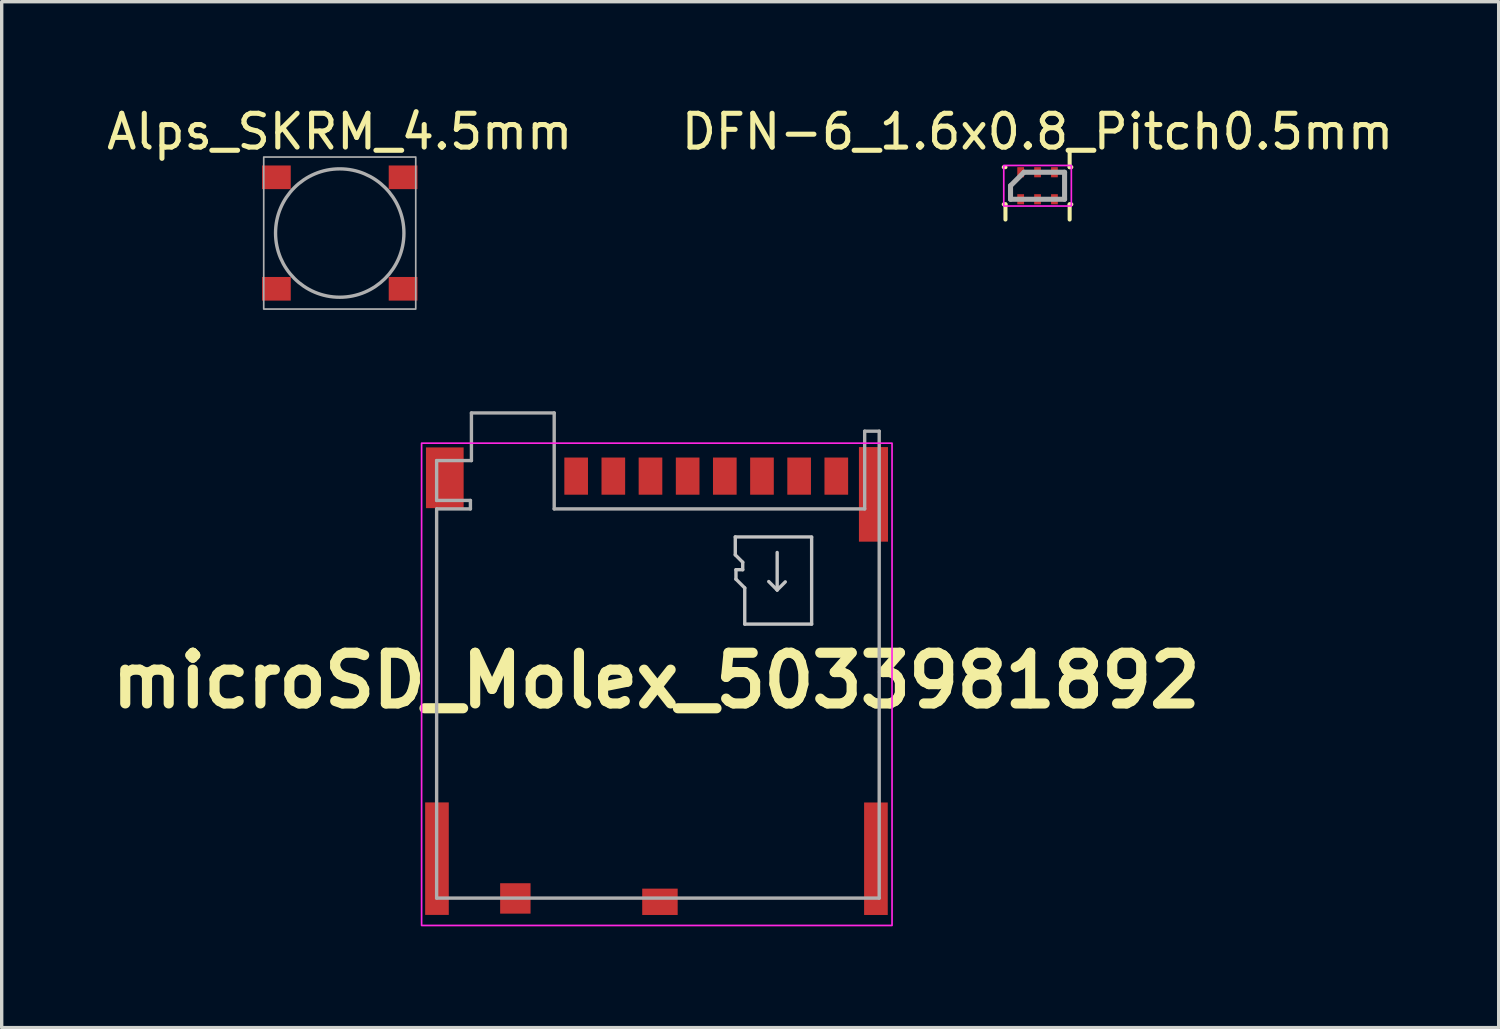
<source format=kicad_pcb>
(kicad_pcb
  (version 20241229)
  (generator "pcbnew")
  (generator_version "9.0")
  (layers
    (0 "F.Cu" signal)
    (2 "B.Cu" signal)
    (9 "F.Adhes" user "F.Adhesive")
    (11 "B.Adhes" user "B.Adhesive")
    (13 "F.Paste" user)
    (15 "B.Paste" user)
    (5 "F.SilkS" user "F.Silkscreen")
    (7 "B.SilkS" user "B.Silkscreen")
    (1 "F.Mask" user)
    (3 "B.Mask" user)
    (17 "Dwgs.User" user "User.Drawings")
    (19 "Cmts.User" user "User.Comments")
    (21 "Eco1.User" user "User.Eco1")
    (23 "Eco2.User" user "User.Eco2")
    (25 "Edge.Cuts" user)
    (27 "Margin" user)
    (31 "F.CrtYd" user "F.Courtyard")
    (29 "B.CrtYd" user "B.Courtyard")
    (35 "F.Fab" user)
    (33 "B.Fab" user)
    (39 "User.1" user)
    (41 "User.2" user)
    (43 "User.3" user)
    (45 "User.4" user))
  (footprint "DFN-6_1.6x0.8_Pitch0.5mm"
    (layer "F.Cu")
    (at 27.661 2.448)
    (property "Reference" "DFN-6_1.6x0.8_Pitch0.5mm" (at 0 -1.6 0) (layer "F.SilkS") (effects (font (size 1 1) (thickness 0.15))))
    (attr smd)
    (fp_line (start -1 -0.55) (end -0.95 -0.55) (stroke (width 0.12) (type default)) (layer "F.SilkS"))
    (fp_line (start -1 0.55) (end -0.95 0.55) (stroke (width 0.12) (type default)) (layer "F.SilkS"))
    (fp_line (start -0.95 0.55) (end -0.95 1) (stroke (width 0.12) (type default)) (layer "F.SilkS"))
    (fp_line (start 0.95 -0.55) (end 0.95 -1) (stroke (width 0.12) (type default)) (layer "F.SilkS"))
    (fp_line (start 0.95 0.55) (end 0.95 1) (stroke (width 0.12) (type default)) (layer "F.SilkS"))
    (fp_line (start 1 -0.55) (end 0.95 -0.55) (stroke (width 0.12) (type default)) (layer "F.SilkS"))
    (fp_line (start 1 0.55) (end 0.95 0.55) (stroke (width 0.12) (type default)) (layer "F.SilkS"))
    (fp_rect (start -1 -0.6) (end 1 0.6) (stroke (width 0.05) (type default)) (fill no) (layer "F.CrtYd"))
    (fp_line (start -0.8 0) (end -0.8 0.4) (stroke (width 0.15) (type default)) (layer "F.Fab"))
    (fp_line (start -0.8 0.4) (end 0.8 0.4) (stroke (width 0.15) (type default)) (layer "F.Fab"))
    (fp_line (start -0.4 -0.4) (end -0.8 0) (stroke (width 0.15) (type default)) (layer "F.Fab"))
    (fp_line (start 0.8 -0.4) (end -0.4 -0.4) (stroke (width 0.15) (type default)) (layer "F.Fab"))
    (fp_line (start 0.8 0.4) (end 0.8 -0.4) (stroke (width 0.15) (type default)) (layer "F.Fab"))
    (pad "1" smd rect (at -0.5 -0.4) (size 0.2 0.3) (layers "F.Cu" "F.Mask" "F.Paste"))
    (pad "2" smd rect (at 0 -0.4) (size 0.2 0.3) (layers "F.Cu" "F.Mask" "F.Paste"))
    (pad "3" smd rect (at 0.5 -0.4) (size 0.2 0.3) (layers "F.Cu" "F.Mask" "F.Paste"))
    (pad "4" smd rect (at 0.5 0.4) (size 0.2 0.3) (layers "F.Cu" "F.Mask" "F.Paste"))
    (pad "5" smd rect (at 0 0.4) (size 0.2 0.3) (layers "F.Cu" "F.Mask" "F.Paste"))
    (pad "6" smd rect (at -0.5 0.4) (size 0.2 0.3) (layers "F.Cu" "F.Mask" "F.Paste")))
  (footprint "microSD_Molex_5033981892"
    (layer "F.Cu")
    (at 16.204 16.543)
    (property "Reference" "microSD_Molex_5033981892" (at 0.168 0.55 0) (layer "F.SilkS") (effects (font (size 1.5 1.5) (thickness 0.3))))
    (attr board_only exclude_from_pos_files exclude_from_bom)
    (fp_line (start 2.51 -3.7) (end 4.77 -3.7) (stroke (width 0.1) (type default)) (layer "Dwgs.User"))
    (fp_line (start 2.51 -3.17) (end 2.51 -3.7) (stroke (width 0.1) (type default)) (layer "Dwgs.User"))
    (fp_line (start 2.53 -2.73) (end 2.73 -2.73) (stroke (width 0.1) (type default)) (layer "Dwgs.User"))
    (fp_line (start 2.53 -2.45) (end 2.53 -2.73) (stroke (width 0.1) (type default)) (layer "Dwgs.User"))
    (fp_line (start 2.73 -2.95) (end 2.51 -3.17) (stroke (width 0.1) (type default)) (layer "Dwgs.User"))
    (fp_line (start 2.73 -2.73) (end 2.73 -2.95) (stroke (width 0.1) (type default)) (layer "Dwgs.User"))
    (fp_line (start 2.79 -2.19) (end 2.53 -2.45) (stroke (width 0.1) (type default)) (layer "Dwgs.User"))
    (fp_line (start 2.79 -1.12) (end 2.79 -2.19) (stroke (width 0.1) (type default)) (layer "Dwgs.User"))
    (fp_line (start 3.75 -3.24) (end 3.75 -2.13) (stroke (width 0.1) (type default)) (layer "Dwgs.User"))
    (fp_line (start 3.75 -2.13) (end 3.5 -2.38) (stroke (width 0.1) (type default)) (layer "Dwgs.User"))
    (fp_line (start 3.75 -2.13) (end 3.99 -2.37) (stroke (width 0.1) (type default)) (layer "Dwgs.User"))
    (fp_line (start 4.77 -3.69) (end 4.77 -1.12) (stroke (width 0.1) (type default)) (layer "Dwgs.User"))
    (fp_line (start 4.77 -1.12) (end 2.79 -1.12) (stroke (width 0.1) (type default)) (layer "Dwgs.User"))
    (fp_poly (pts (xy -5.981 5.823) (xy -5.981 7.477) (xy -6.316 7.477) (xy -6.652 7.477) (xy -6.652 5.823) (xy -6.652 4.169) (xy -6.316 4.169) (xy -5.981 4.169)) (stroke (width 0.1) (type solid)) (fill no) (layer "Eco1.User"))
    (fp_poly (pts (xy -5.534 -5.456) (xy -5.534 -4.557) (xy -6.093 -4.557) (xy -6.652 -4.557) (xy -6.652 -5.456) (xy -6.652 -6.355) (xy -6.093 -6.355) (xy -5.534 -6.355)) (stroke (width 0.1) (type solid)) (fill no) (layer "Eco1.User"))
    (fp_poly (pts (xy -3.566 7.022) (xy -3.566 7.477) (xy -4.002 7.477) (xy -4.438 7.477) (xy -4.438 7.022) (xy -4.438 6.567) (xy -4.002 6.567) (xy -3.566 6.567)) (stroke (width 0.1) (type solid)) (fill no) (layer "Eco1.User"))
    (fp_poly (pts (xy -1.867 -5.467) (xy -1.867 -4.934) (xy -2.202 -4.934) (xy -2.538 -4.934) (xy -2.538 -5.467) (xy -2.538 -6) (xy -2.202 -6) (xy -1.867 -6)) (stroke (width 0.1) (type solid)) (fill no) (layer "Eco1.User"))
    (fp_poly (pts (xy -0.771 -5.456) (xy -0.771 -4.912) (xy -1.118 -4.912) (xy -1.465 -4.912) (xy -1.465 -5.456) (xy -1.465 -6) (xy -1.118 -6) (xy -0.771 -6)) (stroke (width 0.1) (type solid)) (fill no) (layer "Eco1.User"))
    (fp_poly (pts (xy 0.347 -5.467) (xy 0.347 -4.934) (xy 0 -4.934) (xy -0.347 -4.934) (xy -0.347 -5.467) (xy -0.347 -6) (xy 0 -6) (xy 0.347 -6)) (stroke (width 0.1) (type solid)) (fill no) (layer "Eco1.User"))
    (fp_poly (pts (xy 0.794 7.1) (xy 0.794 7.477) (xy 0.279 7.477) (xy -0.235 7.477) (xy -0.235 7.1) (xy -0.235 6.722) (xy 0.279 6.722) (xy 0.794 6.722)) (stroke (width 0.1) (type solid)) (fill no) (layer "Eco1.User"))
    (fp_poly (pts (xy 1.442 -5.467) (xy 1.442 -4.934) (xy 1.107 -4.934) (xy 0.771 -4.934) (xy 0.771 -5.467) (xy 0.771 -6) (xy 1.107 -6) (xy 1.442 -6)) (stroke (width 0.1) (type solid)) (fill no) (layer "Eco1.User"))
    (fp_poly (pts (xy 2.538 -5.456) (xy 2.538 -4.912) (xy 2.191 -4.912) (xy 1.845 -4.912) (xy 1.845 -5.456) (xy 1.845 -6) (xy 2.191 -6) (xy 2.538 -6)) (stroke (width 0.1) (type solid)) (fill no) (layer "Eco1.User"))
    (fp_poly (pts (xy 3.633 -5.467) (xy 3.633 -4.934) (xy 3.298 -4.934) (xy 2.963 -4.934) (xy 2.963 -5.467) (xy 2.963 -6) (xy 3.298 -6) (xy 3.633 -6)) (stroke (width 0.1) (type solid)) (fill no) (layer "Eco1.User"))
    (fp_poly (pts (xy 4.751 -5.467) (xy 4.751 -4.934) (xy 4.416 -4.934) (xy 4.081 -4.934) (xy 4.081 -5.467) (xy 4.081 -6) (xy 4.416 -6) (xy 4.751 -6)) (stroke (width 0.1) (type solid)) (fill no) (layer "Eco1.User"))
    (fp_poly (pts (xy 5.847 -5.456) (xy 5.847 -4.912) (xy 5.5 -4.912) (xy 5.154 -4.912) (xy 5.154 -5.456) (xy 5.154 -6) (xy 5.5 -6) (xy 5.847 -6)) (stroke (width 0.1) (type solid)) (fill no) (layer "Eco1.User"))
    (fp_poly (pts (xy 7.01 -4.967) (xy 7.01 -3.58) (xy 6.596 -3.58) (xy 6.182 -3.58) (xy 6.182 -4.967) (xy 6.182 -6.355) (xy 6.596 -6.355) (xy 7.01 -6.355)) (stroke (width 0.1) (type solid)) (fill no) (layer "Eco1.User"))
    (fp_poly (pts (xy 7.01 5.823) (xy 7.01 7.477) (xy 6.674 7.477) (xy 6.339 7.477) (xy 6.339 5.823) (xy 6.339 4.169) (xy 6.674 4.169) (xy 7.01 4.169)) (stroke (width 0.1) (type solid)) (fill no) (layer "Eco1.User"))
    (fp_rect (start -6.775 -6.475) (end 7.15 7.8) (stroke (width 0.05) (type default)) (fill no) (layer "F.CrtYd"))
    (fp_line (start -6.33 -5.96) (end -5.3 -5.96) (stroke (width 0.1) (type default)) (layer "F.Fab"))
    (fp_line (start -6.33 -4.78) (end -6.33 -5.96) (stroke (width 0.1) (type default)) (layer "F.Fab"))
    (fp_line (start -6.33 -4.53) (end -5.33 -4.53) (stroke (width 0.1) (type default)) (layer "F.Fab"))
    (fp_line (start -6.33 6.99) (end -6.33 -4.53) (stroke (width 0.1) (type default)) (layer "F.Fab"))
    (fp_line (start -5.33 -4.78) (end -6.33 -4.78) (stroke (width 0.1) (type default)) (layer "F.Fab"))
    (fp_line (start -5.33 -4.53) (end -5.33 -4.78) (stroke (width 0.1) (type default)) (layer "F.Fab"))
    (fp_line (start -5.3 -7.37) (end -2.85 -7.37) (stroke (width 0.1) (type default)) (layer "F.Fab"))
    (fp_line (start -5.3 -5.96) (end -5.3 -7.37) (stroke (width 0.1) (type default)) (layer "F.Fab"))
    (fp_line (start -2.85 -7.37) (end -2.85 -4.53) (stroke (width 0.1) (type default)) (layer "F.Fab"))
    (fp_line (start -2.85 -4.53) (end 6.34 -4.53) (stroke (width 0.1) (type default)) (layer "F.Fab"))
    (fp_line (start 6.34 -6.83) (end 6.77 -6.83) (stroke (width 0.1) (type default)) (layer "F.Fab"))
    (fp_line (start 6.34 -4.53) (end 6.34 -6.83) (stroke (width 0.1) (type default)) (layer "F.Fab"))
    (fp_line (start 6.77 -6.83) (end 6.77 6.99) (stroke (width 0.1) (type default)) (layer "F.Fab"))
    (fp_line (start 6.77 6.99) (end -6.33 6.99) (stroke (width 0.1) (type default)) (layer "F.Fab"))
    (pad "1" smd rect (at 5.5 -5.5) (size 0.7 1.1) (layers "F.Cu" "F.Mask" "F.Paste"))
    (pad "2" smd rect (at 4.4 -5.5) (size 0.7 1.1) (layers "F.Cu" "F.Mask" "F.Paste"))
    (pad "3" smd rect (at 3.3 -5.5) (size 0.7 1.1) (layers "F.Cu" "F.Mask" "F.Paste"))
    (pad "4" smd rect (at 2.2 -5.5) (size 0.7 1.1) (layers "F.Cu" "F.Mask" "F.Paste"))
    (pad "5" smd rect (at 1.1 -5.5) (size 0.7 1.1) (layers "F.Cu" "F.Mask" "F.Paste"))
    (pad "6" smd rect (at 0 -5.5) (size 0.7 1.1) (layers "F.Cu" "F.Mask" "F.Paste"))
    (pad "7" smd rect (at -1.1 -5.5) (size 0.7 1.1) (layers "F.Cu" "F.Mask" "F.Paste"))
    (pad "8" smd rect (at -2.2 -5.5) (size 0.7 1.1) (layers "F.Cu" "F.Mask" "F.Paste"))
    (pad "9" smd rect (at -4 7 90) (size 0.9 0.9) (layers "F.Cu" "F.Mask" "F.Paste"))
    (pad "10" smd rect (at 0.28 7.1 90) (size 0.78 1.05) (layers "F.Cu" "F.Mask" "F.Paste"))
    (pad "P1" smd rect (at 6.6 -4.96) (size 0.86 2.8) (layers "F.Cu" "F.Mask" "F.Paste"))
    (pad "P2" smd rect (at 6.673 5.825) (size 0.7 3.33) (layers "F.Cu" "F.Mask" "F.Paste"))
    (pad "P3" smd rect (at -6.32 5.823) (size 0.7 3.33) (layers "F.Cu" "F.Mask" "F.Paste"))
    (pad "P4" smd rect (at -6.088 -5.451) (size 1.115 1.798) (layers "F.Cu" "F.Mask" "F.Paste")))
  (footprint "Alps_SKRM_4.5mm"
    (layer "F.Cu")
    (at 7.006 3.848)
    (property "Reference" "Alps_SKRM_4.5mm" (at 0 -3 0) (unlocked yes) (layer "F.SilkS") (effects (font (size 1 1) (thickness 0.15))))
    (attr smd)
    (fp_rect (start -2.25 -2.25) (end 2.25 2.25) (stroke (width 0.05) (type default)) (fill no) (layer "F.Fab"))
    (fp_circle (center 0 0) (end 1.9 0) (stroke (width 0.1) (type solid)) (fill no) (layer "F.Fab"))
    (pad "1" smd rect (at -1.875 -1.65) (size 0.85 0.7) (layers "F.Cu" "F.Mask" "F.Paste"))
    (pad "1" smd rect (at 1.875 -1.65) (size 0.85 0.7) (layers "F.Cu" "F.Mask" "F.Paste"))
    (pad "2" smd rect (at -1.875 1.65) (size 0.85 0.7) (layers "F.Cu" "F.Mask" "F.Paste"))
    (pad "2" smd rect (at 1.875 1.65) (size 0.85 0.7) (layers "F.Cu" "F.Mask" "F.Paste")))
  (gr_rect
    (start -3 -3)
    (end 41.31 27.368)
    (stroke (width 0.1) (type default))
    (fill no)
    (layer "Edge.Cuts")))
</source>
